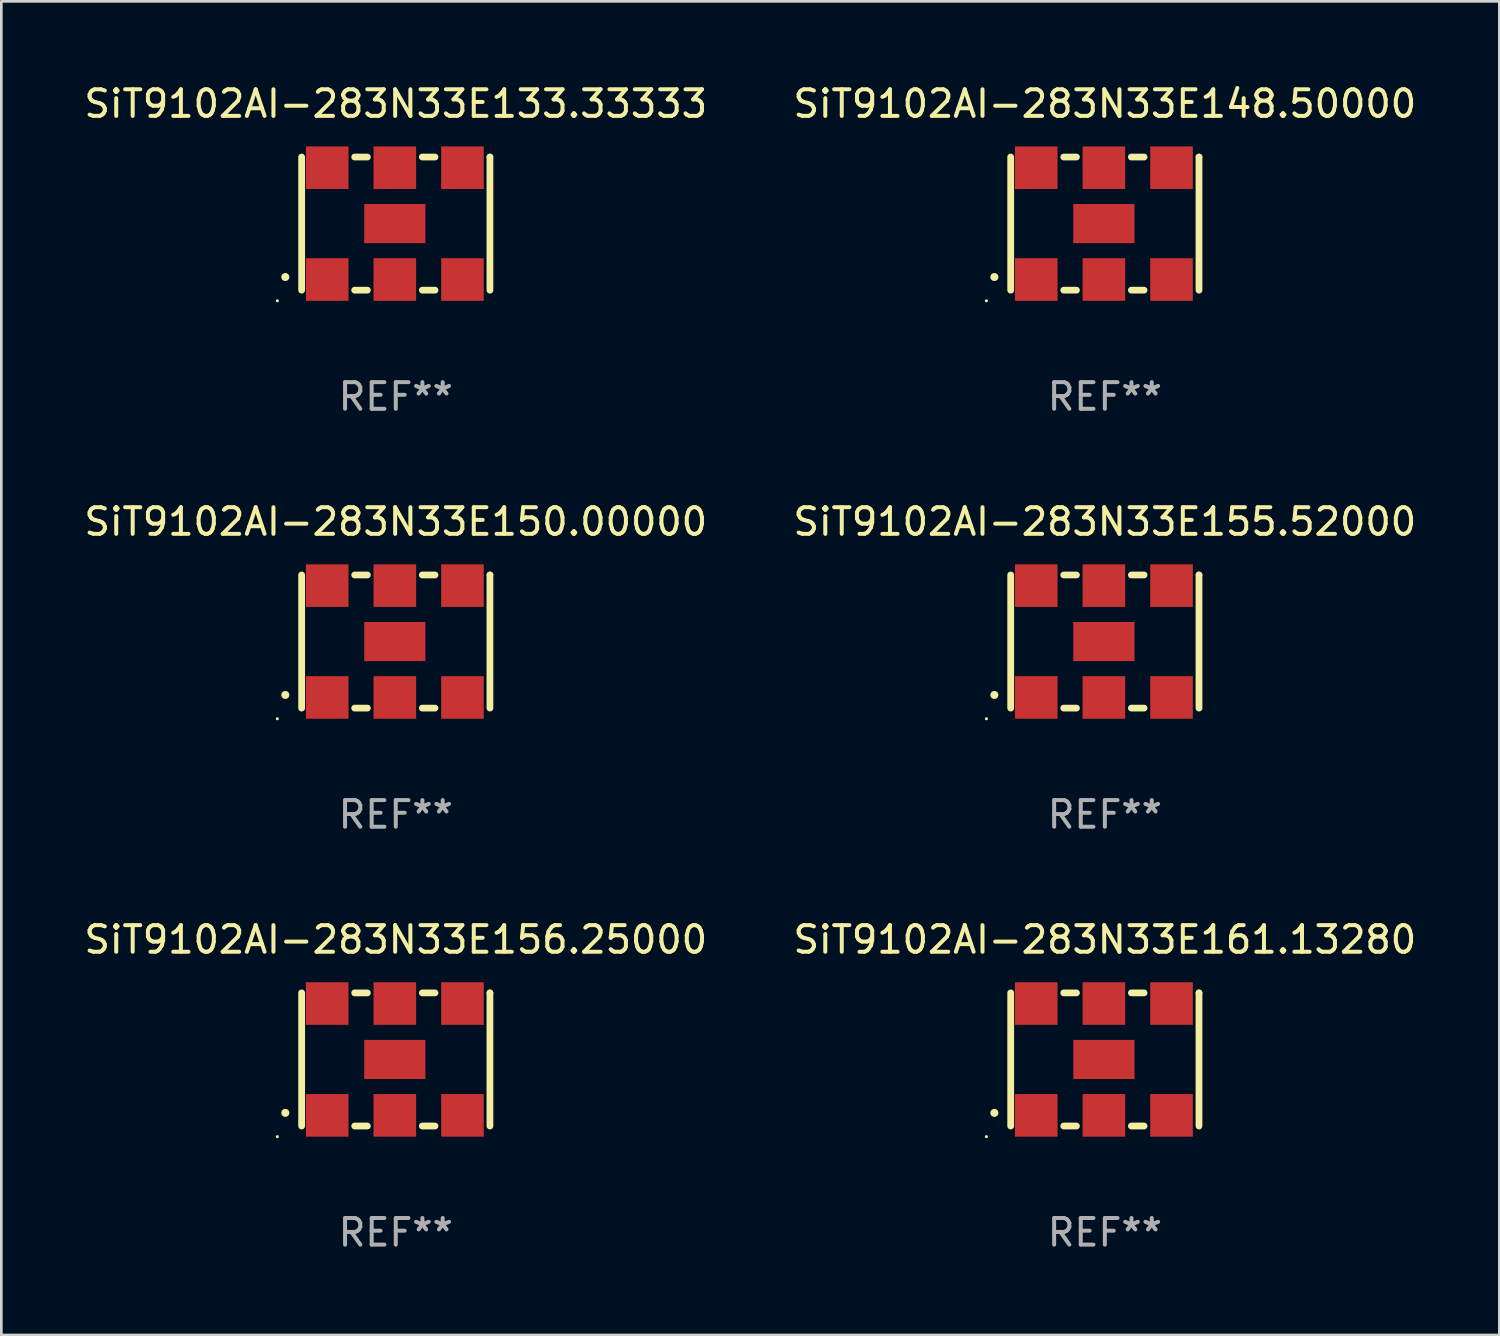
<source format=kicad_pcb>
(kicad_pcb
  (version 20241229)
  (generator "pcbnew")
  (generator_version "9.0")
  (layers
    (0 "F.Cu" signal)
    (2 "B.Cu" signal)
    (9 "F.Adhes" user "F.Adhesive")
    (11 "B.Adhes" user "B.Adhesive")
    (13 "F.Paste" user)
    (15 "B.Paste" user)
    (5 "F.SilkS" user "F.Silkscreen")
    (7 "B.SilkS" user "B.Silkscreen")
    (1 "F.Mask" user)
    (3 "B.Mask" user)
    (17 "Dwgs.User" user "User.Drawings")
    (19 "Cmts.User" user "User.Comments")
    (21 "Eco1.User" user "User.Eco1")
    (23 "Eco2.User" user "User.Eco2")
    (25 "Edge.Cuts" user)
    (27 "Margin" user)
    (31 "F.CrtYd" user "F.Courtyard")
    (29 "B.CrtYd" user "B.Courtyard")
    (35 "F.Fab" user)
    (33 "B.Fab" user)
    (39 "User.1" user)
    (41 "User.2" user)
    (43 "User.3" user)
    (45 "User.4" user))
  (footprint "SiT9102AI-283N33E155.52000"
    (layer "F.Cu")
    (at 38.446 21.045)
    (property "Reference" "SiT9102AI-283N33E155.52000" (at 0 -4.5 0) (layer "F.SilkS") (effects (font (size 1 1) (thickness 0.15))))
    (attr through_hole)
    (fp_line (start -3.536 -2.5) (end -3.536 2.5) (stroke (width 0.254) (type solid)) (layer "F.SilkS"))
    (fp_line (start -1.544 2.5) (end -1.067 2.5) (stroke (width 0.254) (type solid)) (layer "F.SilkS"))
    (fp_line (start -1.067 -2.5) (end -1.544 -2.5) (stroke (width 0.254) (type solid)) (layer "F.SilkS"))
    (fp_line (start 0.996 2.5) (end 1.473 2.5) (stroke (width 0.254) (type solid)) (layer "F.SilkS"))
    (fp_line (start 1.473 -2.5) (end 0.996 -2.5) (stroke (width 0.254) (type solid)) (layer "F.SilkS"))
    (fp_line (start 3.536 -2.5) (end 3.536 -2.5) (stroke (width 0.254) (type solid)) (layer "F.SilkS"))
    (fp_line (start 3.536 2.5) (end 3.536 -2.5) (stroke (width 0.254) (type solid)) (layer "F.SilkS"))
    (fp_arc (start -4.150432 2.006604) (mid -4.149162 2.006599) (end -4.147892 2.006604) (stroke (width 0.3) (type solid)) (layer "F.SilkS"))
    (fp_circle (center -4.449 2.9) (end -4.419 2.9) (stroke (width 0.06) (type solid)) (fill no) (layer "F.SilkS"))
    (fp_text user "REF**" (at 0 6.5 0) (layer "F.Fab") (effects (font (size 1 1) (thickness 0.15))))
    (pad "1" smd rect (at -2.576 2.1) (size 1.6 1.6) (layers "F.Cu" "F.Mask" "F.Paste"))
    (pad "2" smd rect (at -0.036 2.1) (size 1.6 1.6) (layers "F.Cu" "F.Mask" "F.Paste"))
    (pad "3" smd rect (at 2.504 2.1) (size 1.6 1.6) (layers "F.Cu" "F.Mask" "F.Paste"))
    (pad "4" smd rect (at 2.504 -2.1) (size 1.6 1.6) (layers "F.Cu" "F.Mask" "F.Paste"))
    (pad "5" smd rect (at -0.036 -2.1) (size 1.6 1.6) (layers "F.Cu" "F.Mask" "F.Paste"))
    (pad "6" smd rect (at -2.576 -2.1) (size 1.6 1.6) (layers "F.Cu" "F.Mask" "F.Paste"))
    (pad "7" smd rect (at -0.036 0) (size 2.3 1.47) (layers "F.Cu" "F.Mask" "F.Paste")))
  (footprint "SiT9102AI-283N33E156.25000"
    (layer "F.Cu")
    (at 11.815 36.741)
    (property "Reference" "SiT9102AI-283N33E156.25000" (at 0 -4.5 0) (layer "F.SilkS") (effects (font (size 1 1) (thickness 0.15))))
    (attr through_hole)
    (fp_line (start -3.536 -2.5) (end -3.536 2.5) (stroke (width 0.254) (type solid)) (layer "F.SilkS"))
    (fp_line (start -1.544 2.5) (end -1.067 2.5) (stroke (width 0.254) (type solid)) (layer "F.SilkS"))
    (fp_line (start -1.067 -2.5) (end -1.544 -2.5) (stroke (width 0.254) (type solid)) (layer "F.SilkS"))
    (fp_line (start 0.996 2.5) (end 1.473 2.5) (stroke (width 0.254) (type solid)) (layer "F.SilkS"))
    (fp_line (start 1.473 -2.5) (end 0.996 -2.5) (stroke (width 0.254) (type solid)) (layer "F.SilkS"))
    (fp_line (start 3.536 -2.5) (end 3.536 -2.5) (stroke (width 0.254) (type solid)) (layer "F.SilkS"))
    (fp_line (start 3.536 2.5) (end 3.536 -2.5) (stroke (width 0.254) (type solid)) (layer "F.SilkS"))
    (fp_arc (start -4.150432 2.006604) (mid -4.149162 2.006599) (end -4.147892 2.006604) (stroke (width 0.3) (type solid)) (layer "F.SilkS"))
    (fp_circle (center -4.449 2.9) (end -4.419 2.9) (stroke (width 0.06) (type solid)) (fill no) (layer "F.SilkS"))
    (fp_text user "REF**" (at 0 6.5 0) (layer "F.Fab") (effects (font (size 1 1) (thickness 0.15))))
    (pad "1" smd rect (at -2.576 2.1) (size 1.6 1.6) (layers "F.Cu" "F.Mask" "F.Paste"))
    (pad "2" smd rect (at -0.036 2.1) (size 1.6 1.6) (layers "F.Cu" "F.Mask" "F.Paste"))
    (pad "3" smd rect (at 2.504 2.1) (size 1.6 1.6) (layers "F.Cu" "F.Mask" "F.Paste"))
    (pad "4" smd rect (at 2.504 -2.1) (size 1.6 1.6) (layers "F.Cu" "F.Mask" "F.Paste"))
    (pad "5" smd rect (at -0.036 -2.1) (size 1.6 1.6) (layers "F.Cu" "F.Mask" "F.Paste"))
    (pad "6" smd rect (at -2.576 -2.1) (size 1.6 1.6) (layers "F.Cu" "F.Mask" "F.Paste"))
    (pad "7" smd rect (at -0.036 0) (size 2.3 1.47) (layers "F.Cu" "F.Mask" "F.Paste")))
  (footprint "SiT9102AI-283N33E161.13280"
    (layer "F.Cu")
    (at 38.446 36.741)
    (property "Reference" "SiT9102AI-283N33E161.13280" (at 0 -4.5 0) (layer "F.SilkS") (effects (font (size 1 1) (thickness 0.15))))
    (attr through_hole)
    (fp_line (start -3.536 -2.5) (end -3.536 2.5) (stroke (width 0.254) (type solid)) (layer "F.SilkS"))
    (fp_line (start -1.544 2.5) (end -1.067 2.5) (stroke (width 0.254) (type solid)) (layer "F.SilkS"))
    (fp_line (start -1.067 -2.5) (end -1.544 -2.5) (stroke (width 0.254) (type solid)) (layer "F.SilkS"))
    (fp_line (start 0.996 2.5) (end 1.473 2.5) (stroke (width 0.254) (type solid)) (layer "F.SilkS"))
    (fp_line (start 1.473 -2.5) (end 0.996 -2.5) (stroke (width 0.254) (type solid)) (layer "F.SilkS"))
    (fp_line (start 3.536 -2.5) (end 3.536 -2.5) (stroke (width 0.254) (type solid)) (layer "F.SilkS"))
    (fp_line (start 3.536 2.5) (end 3.536 -2.5) (stroke (width 0.254) (type solid)) (layer "F.SilkS"))
    (fp_arc (start -4.150432 2.006604) (mid -4.149162 2.006599) (end -4.147892 2.006604) (stroke (width 0.3) (type solid)) (layer "F.SilkS"))
    (fp_circle (center -4.449 2.9) (end -4.419 2.9) (stroke (width 0.06) (type solid)) (fill no) (layer "F.SilkS"))
    (fp_text user "REF**" (at 0 6.5 0) (layer "F.Fab") (effects (font (size 1 1) (thickness 0.15))))
    (pad "1" smd rect (at -2.576 2.1) (size 1.6 1.6) (layers "F.Cu" "F.Mask" "F.Paste"))
    (pad "2" smd rect (at -0.036 2.1) (size 1.6 1.6) (layers "F.Cu" "F.Mask" "F.Paste"))
    (pad "3" smd rect (at 2.504 2.1) (size 1.6 1.6) (layers "F.Cu" "F.Mask" "F.Paste"))
    (pad "4" smd rect (at 2.504 -2.1) (size 1.6 1.6) (layers "F.Cu" "F.Mask" "F.Paste"))
    (pad "5" smd rect (at -0.036 -2.1) (size 1.6 1.6) (layers "F.Cu" "F.Mask" "F.Paste"))
    (pad "6" smd rect (at -2.576 -2.1) (size 1.6 1.6) (layers "F.Cu" "F.Mask" "F.Paste"))
    (pad "7" smd rect (at -0.036 0) (size 2.3 1.47) (layers "F.Cu" "F.Mask" "F.Paste")))
  (footprint "SiT9102AI-283N33E133.33333"
    (layer "F.Cu")
    (at 11.815 5.348)
    (property "Reference" "SiT9102AI-283N33E133.33333" (at 0 -4.5 0) (layer "F.SilkS") (effects (font (size 1 1) (thickness 0.15))))
    (attr through_hole)
    (fp_line (start -3.536 -2.5) (end -3.536 2.5) (stroke (width 0.254) (type solid)) (layer "F.SilkS"))
    (fp_line (start -1.544 2.5) (end -1.067 2.5) (stroke (width 0.254) (type solid)) (layer "F.SilkS"))
    (fp_line (start -1.067 -2.5) (end -1.544 -2.5) (stroke (width 0.254) (type solid)) (layer "F.SilkS"))
    (fp_line (start 0.996 2.5) (end 1.473 2.5) (stroke (width 0.254) (type solid)) (layer "F.SilkS"))
    (fp_line (start 1.473 -2.5) (end 0.996 -2.5) (stroke (width 0.254) (type solid)) (layer "F.SilkS"))
    (fp_line (start 3.536 -2.5) (end 3.536 -2.5) (stroke (width 0.254) (type solid)) (layer "F.SilkS"))
    (fp_line (start 3.536 2.5) (end 3.536 -2.5) (stroke (width 0.254) (type solid)) (layer "F.SilkS"))
    (fp_arc (start -4.150432 2.006604) (mid -4.149162 2.006599) (end -4.147892 2.006604) (stroke (width 0.3) (type solid)) (layer "F.SilkS"))
    (fp_circle (center -4.449 2.9) (end -4.419 2.9) (stroke (width 0.06) (type solid)) (fill no) (layer "F.SilkS"))
    (fp_text user "REF**" (at 0 6.5 0) (layer "F.Fab") (effects (font (size 1 1) (thickness 0.15))))
    (pad "1" smd rect (at -2.576 2.1) (size 1.6 1.6) (layers "F.Cu" "F.Mask" "F.Paste"))
    (pad "2" smd rect (at -0.036 2.1) (size 1.6 1.6) (layers "F.Cu" "F.Mask" "F.Paste"))
    (pad "3" smd rect (at 2.504 2.1) (size 1.6 1.6) (layers "F.Cu" "F.Mask" "F.Paste"))
    (pad "4" smd rect (at 2.504 -2.1) (size 1.6 1.6) (layers "F.Cu" "F.Mask" "F.Paste"))
    (pad "5" smd rect (at -0.036 -2.1) (size 1.6 1.6) (layers "F.Cu" "F.Mask" "F.Paste"))
    (pad "6" smd rect (at -2.576 -2.1) (size 1.6 1.6) (layers "F.Cu" "F.Mask" "F.Paste"))
    (pad "7" smd rect (at -0.036 0) (size 2.3 1.47) (layers "F.Cu" "F.Mask" "F.Paste")))
  (footprint "SiT9102AI-283N33E148.50000"
    (layer "F.Cu")
    (at 38.446 5.348)
    (property "Reference" "SiT9102AI-283N33E148.50000" (at 0 -4.5 0) (layer "F.SilkS") (effects (font (size 1 1) (thickness 0.15))))
    (attr through_hole)
    (fp_line (start -3.536 -2.5) (end -3.536 2.5) (stroke (width 0.254) (type solid)) (layer "F.SilkS"))
    (fp_line (start -1.544 2.5) (end -1.067 2.5) (stroke (width 0.254) (type solid)) (layer "F.SilkS"))
    (fp_line (start -1.067 -2.5) (end -1.544 -2.5) (stroke (width 0.254) (type solid)) (layer "F.SilkS"))
    (fp_line (start 0.996 2.5) (end 1.473 2.5) (stroke (width 0.254) (type solid)) (layer "F.SilkS"))
    (fp_line (start 1.473 -2.5) (end 0.996 -2.5) (stroke (width 0.254) (type solid)) (layer "F.SilkS"))
    (fp_line (start 3.536 -2.5) (end 3.536 -2.5) (stroke (width 0.254) (type solid)) (layer "F.SilkS"))
    (fp_line (start 3.536 2.5) (end 3.536 -2.5) (stroke (width 0.254) (type solid)) (layer "F.SilkS"))
    (fp_arc (start -4.150432 2.006604) (mid -4.149162 2.006599) (end -4.147892 2.006604) (stroke (width 0.3) (type solid)) (layer "F.SilkS"))
    (fp_circle (center -4.449 2.9) (end -4.419 2.9) (stroke (width 0.06) (type solid)) (fill no) (layer "F.SilkS"))
    (fp_text user "REF**" (at 0 6.5 0) (layer "F.Fab") (effects (font (size 1 1) (thickness 0.15))))
    (pad "1" smd rect (at -2.576 2.1) (size 1.6 1.6) (layers "F.Cu" "F.Mask" "F.Paste"))
    (pad "2" smd rect (at -0.036 2.1) (size 1.6 1.6) (layers "F.Cu" "F.Mask" "F.Paste"))
    (pad "3" smd rect (at 2.504 2.1) (size 1.6 1.6) (layers "F.Cu" "F.Mask" "F.Paste"))
    (pad "4" smd rect (at 2.504 -2.1) (size 1.6 1.6) (layers "F.Cu" "F.Mask" "F.Paste"))
    (pad "5" smd rect (at -0.036 -2.1) (size 1.6 1.6) (layers "F.Cu" "F.Mask" "F.Paste"))
    (pad "6" smd rect (at -2.576 -2.1) (size 1.6 1.6) (layers "F.Cu" "F.Mask" "F.Paste"))
    (pad "7" smd rect (at -0.036 0) (size 2.3 1.47) (layers "F.Cu" "F.Mask" "F.Paste")))
  (footprint "SiT9102AI-283N33E150.00000"
    (layer "F.Cu")
    (at 11.815 21.045)
    (property "Reference" "SiT9102AI-283N33E150.00000" (at 0 -4.5 0) (layer "F.SilkS") (effects (font (size 1 1) (thickness 0.15))))
    (attr through_hole)
    (fp_line (start -3.536 -2.5) (end -3.536 2.5) (stroke (width 0.254) (type solid)) (layer "F.SilkS"))
    (fp_line (start -1.544 2.5) (end -1.067 2.5) (stroke (width 0.254) (type solid)) (layer "F.SilkS"))
    (fp_line (start -1.067 -2.5) (end -1.544 -2.5) (stroke (width 0.254) (type solid)) (layer "F.SilkS"))
    (fp_line (start 0.996 2.5) (end 1.473 2.5) (stroke (width 0.254) (type solid)) (layer "F.SilkS"))
    (fp_line (start 1.473 -2.5) (end 0.996 -2.5) (stroke (width 0.254) (type solid)) (layer "F.SilkS"))
    (fp_line (start 3.536 -2.5) (end 3.536 -2.5) (stroke (width 0.254) (type solid)) (layer "F.SilkS"))
    (fp_line (start 3.536 2.5) (end 3.536 -2.5) (stroke (width 0.254) (type solid)) (layer "F.SilkS"))
    (fp_arc (start -4.150432 2.006604) (mid -4.149162 2.006599) (end -4.147892 2.006604) (stroke (width 0.3) (type solid)) (layer "F.SilkS"))
    (fp_circle (center -4.449 2.9) (end -4.419 2.9) (stroke (width 0.06) (type solid)) (fill no) (layer "F.SilkS"))
    (fp_text user "REF**" (at 0 6.5 0) (layer "F.Fab") (effects (font (size 1 1) (thickness 0.15))))
    (pad "1" smd rect (at -2.576 2.1) (size 1.6 1.6) (layers "F.Cu" "F.Mask" "F.Paste"))
    (pad "2" smd rect (at -0.036 2.1) (size 1.6 1.6) (layers "F.Cu" "F.Mask" "F.Paste"))
    (pad "3" smd rect (at 2.504 2.1) (size 1.6 1.6) (layers "F.Cu" "F.Mask" "F.Paste"))
    (pad "4" smd rect (at 2.504 -2.1) (size 1.6 1.6) (layers "F.Cu" "F.Mask" "F.Paste"))
    (pad "5" smd rect (at -0.036 -2.1) (size 1.6 1.6) (layers "F.Cu" "F.Mask" "F.Paste"))
    (pad "6" smd rect (at -2.576 -2.1) (size 1.6 1.6) (layers "F.Cu" "F.Mask" "F.Paste"))
    (pad "7" smd rect (at -0.036 0) (size 2.3 1.47) (layers "F.Cu" "F.Mask" "F.Paste")))
  (gr_rect
    (start -3 -3)
    (end 53.262 47.09)
    (stroke (width 0.1) (type default))
    (fill no)
    (layer "Edge.Cuts")))
</source>
